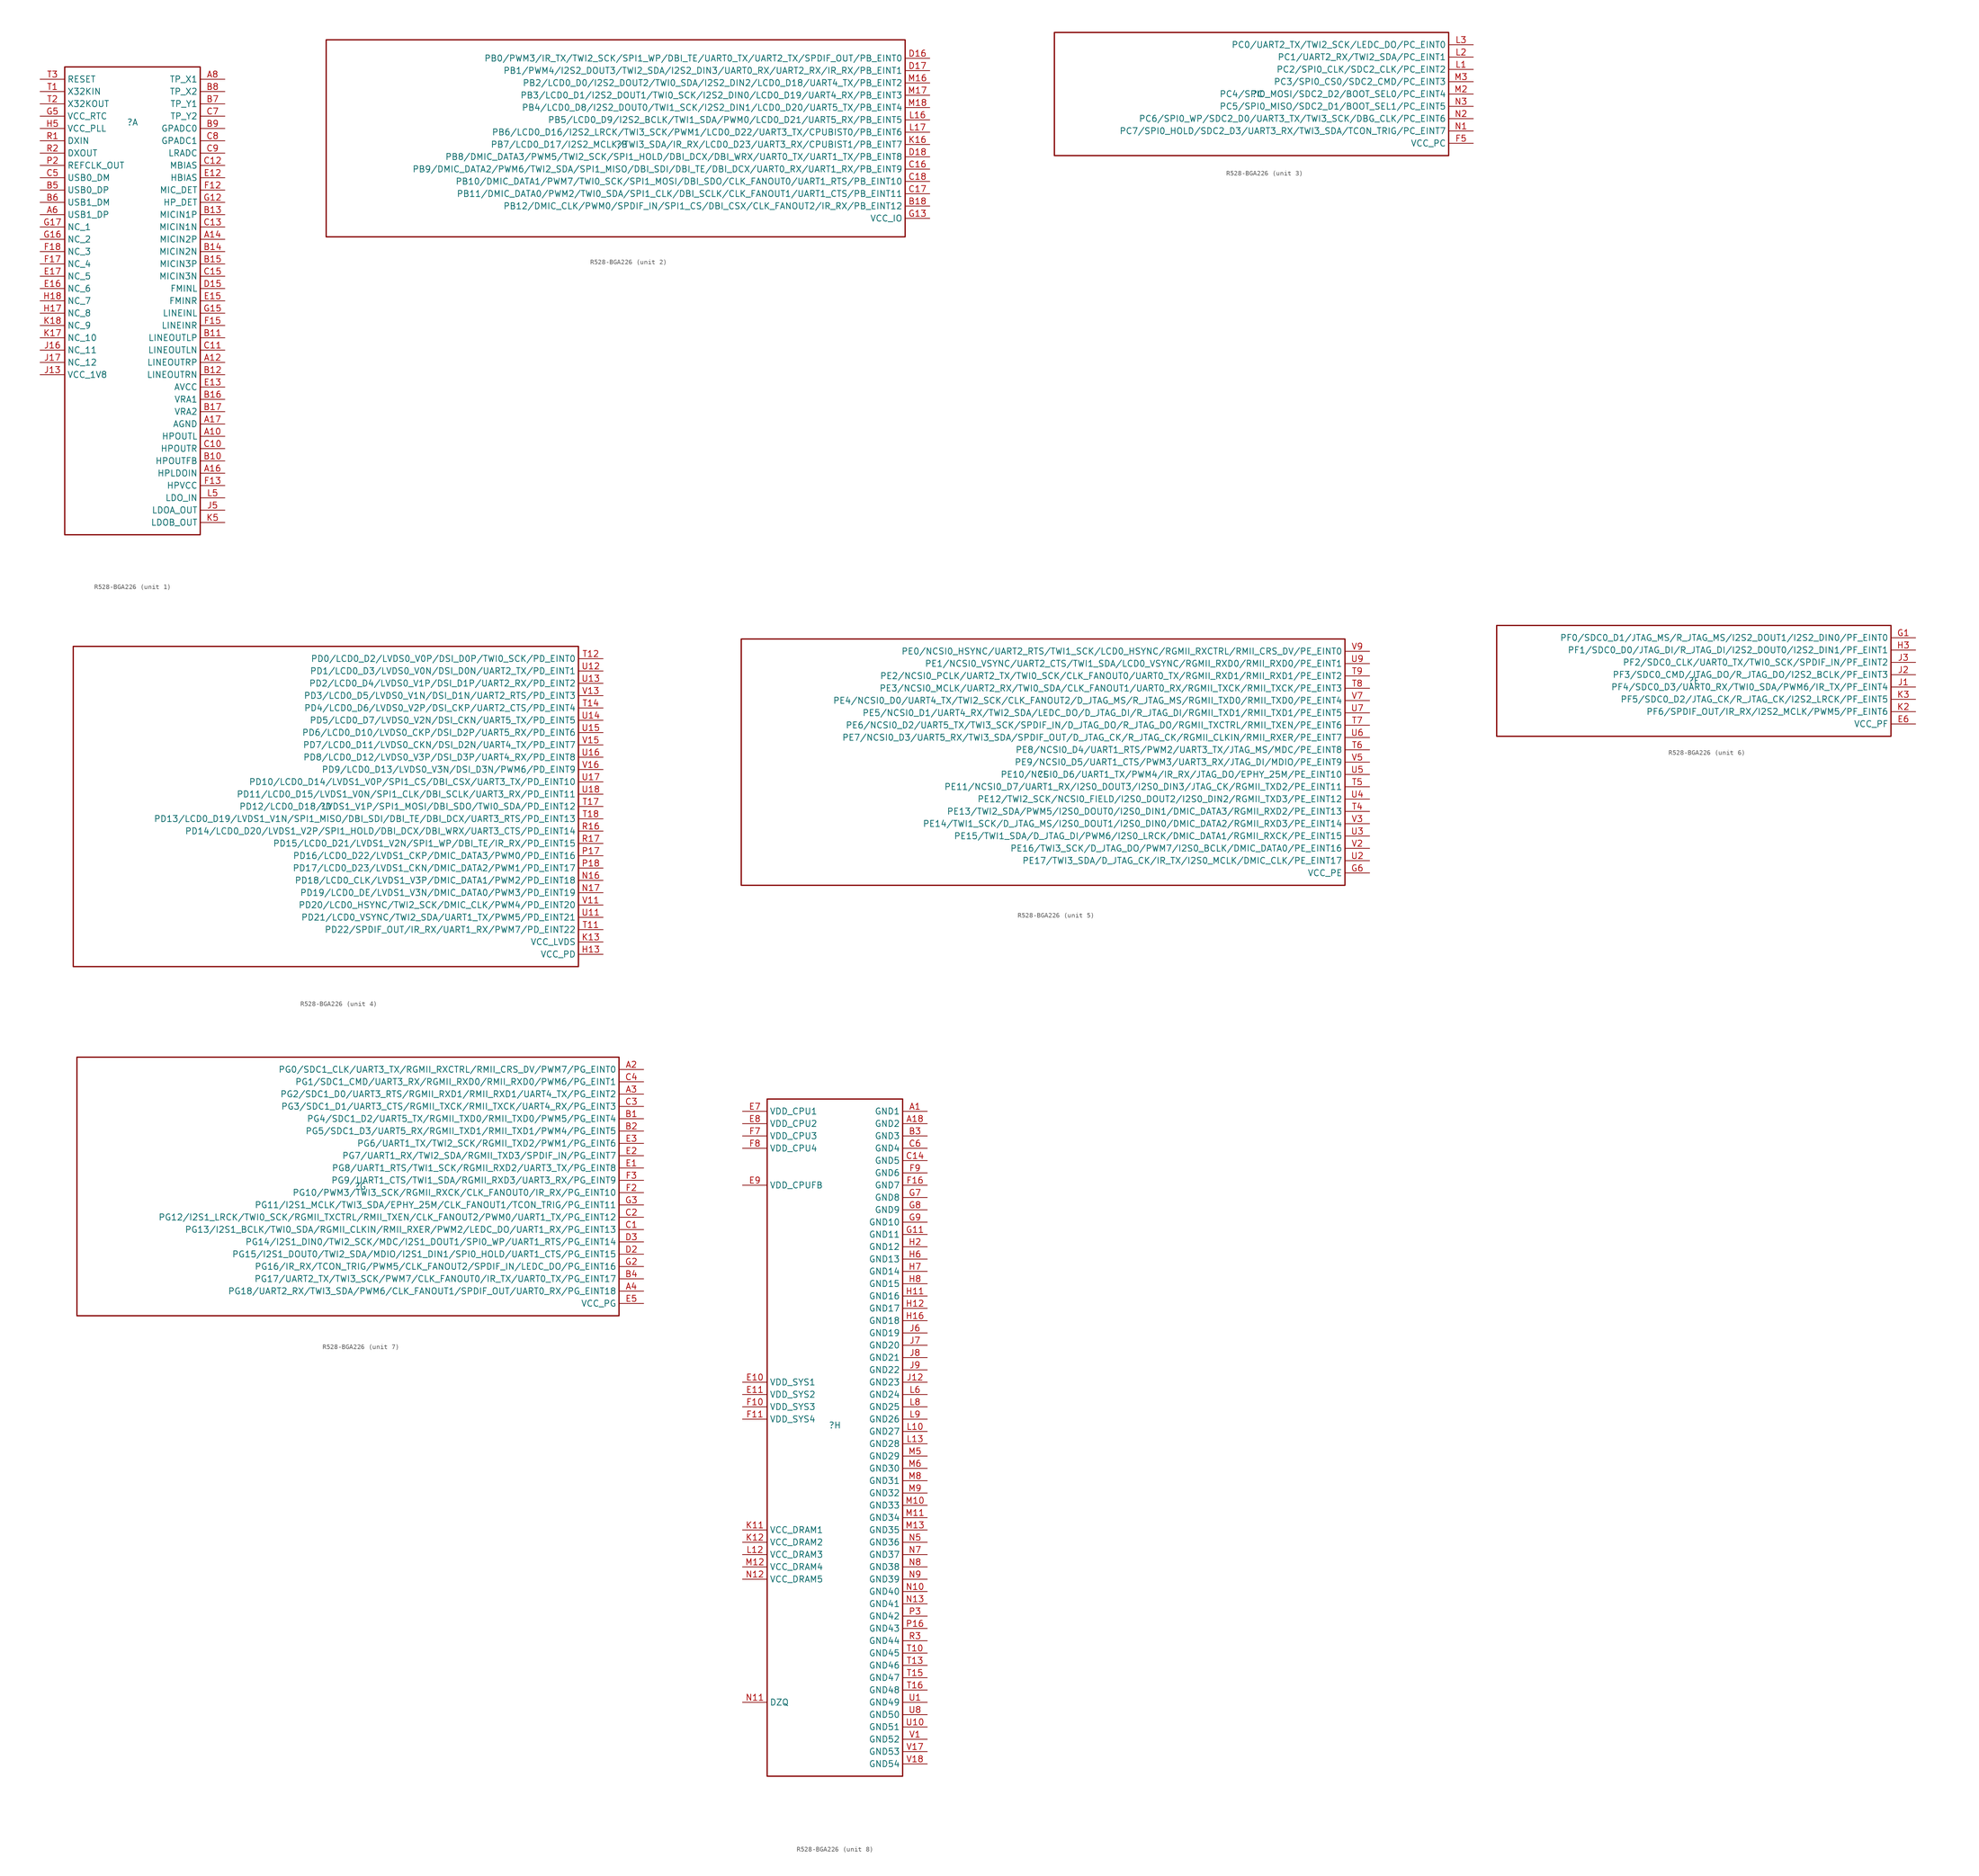
<source format=kicad_sym>
(kicad_symbol_lib
  (version 20231120)
  (generator "kicad_symbol_editor")
  (generator_version "8.0")
  (symbol "R528-BGA226"
    (property "Reference" ""
      (at 0 0 0)
      (effects (font (size 1.27 1.27))))
    (property "Value" ""
      (at 0 0 0)
      (effects (font (size 1.27 1.27))))
    (symbol "R528-BGA226_1_0"
      (rectangle (start -13.97 11.43) (end 13.97 -85.09) (stroke (width 0.254) (type solid)) (fill (type none)))
      (pin input line (at 19.05 -64.77 180) (length 5.08) (name "HPOUTL" (effects (font (size 1.27 1.27)))) (number "A10" (effects (font (size 1.27 1.27)))))
      (pin input line (at 19.05 -49.53 180) (length 5.08) (name "LINEOUTRP" (effects (font (size 1.27 1.27)))) (number "A12" (effects (font (size 1.27 1.27)))))
      (pin input line (at 19.05 -24.13 180) (length 5.08) (name "MICIN2P" (effects (font (size 1.27 1.27)))) (number "A14" (effects (font (size 1.27 1.27)))))
      (pin input line (at 19.05 -72.39 180) (length 5.08) (name "HPLDOIN" (effects (font (size 1.27 1.27)))) (number "A16" (effects (font (size 1.27 1.27)))))
      (pin input line (at 19.05 -62.23 180) (length 5.08) (name "AGND" (effects (font (size 1.27 1.27)))) (number "A17" (effects (font (size 1.27 1.27)))))
      (pin input line (at -19.05 -19.05 0) (length 5.08) (name "USB1_DP" (effects (font (size 1.27 1.27)))) (number "A6" (effects (font (size 1.27 1.27)))))
      (pin input line (at 19.05 8.89 180) (length 5.08) (name "TP_X1" (effects (font (size 1.27 1.27)))) (number "A8" (effects (font (size 1.27 1.27)))))
      (pin input line (at 19.05 -69.85 180) (length 5.08) (name "HPOUTFB" (effects (font (size 1.27 1.27)))) (number "B10" (effects (font (size 1.27 1.27)))))
      (pin input line (at 19.05 -44.45 180) (length 5.08) (name "LINEOUTLP" (effects (font (size 1.27 1.27)))) (number "B11" (effects (font (size 1.27 1.27)))))
      (pin input line (at 19.05 -52.07 180) (length 5.08) (name "LINEOUTRN" (effects (font (size 1.27 1.27)))) (number "B12" (effects (font (size 1.27 1.27)))))
      (pin input line (at 19.05 -19.05 180) (length 5.08) (name "MICIN1P" (effects (font (size 1.27 1.27)))) (number "B13" (effects (font (size 1.27 1.27)))))
      (pin input line (at 19.05 -26.67 180) (length 5.08) (name "MICIN2N" (effects (font (size 1.27 1.27)))) (number "B14" (effects (font (size 1.27 1.27)))))
      (pin input line (at 19.05 -29.21 180) (length 5.08) (name "MICIN3P" (effects (font (size 1.27 1.27)))) (number "B15" (effects (font (size 1.27 1.27)))))
      (pin input line (at 19.05 -57.15 180) (length 5.08) (name "VRA1" (effects (font (size 1.27 1.27)))) (number "B16" (effects (font (size 1.27 1.27)))))
      (pin input line (at 19.05 -59.69 180) (length 5.08) (name "VRA2" (effects (font (size 1.27 1.27)))) (number "B17" (effects (font (size 1.27 1.27)))))
      (pin input line (at -19.05 -13.97 0) (length 5.08) (name "USB0_DP" (effects (font (size 1.27 1.27)))) (number "B5" (effects (font (size 1.27 1.27)))))
      (pin input line (at -19.05 -16.51 0) (length 5.08) (name "USB1_DM" (effects (font (size 1.27 1.27)))) (number "B6" (effects (font (size 1.27 1.27)))))
      (pin input line (at 19.05 3.81 180) (length 5.08) (name "TP_Y1" (effects (font (size 1.27 1.27)))) (number "B7" (effects (font (size 1.27 1.27)))))
      (pin input line (at 19.05 6.35 180) (length 5.08) (name "TP_X2" (effects (font (size 1.27 1.27)))) (number "B8" (effects (font (size 1.27 1.27)))))
      (pin input line (at 19.05 -1.27 180) (length 5.08) (name "GPADC0" (effects (font (size 1.27 1.27)))) (number "B9" (effects (font (size 1.27 1.27)))))
      (pin input line (at 19.05 -67.31 180) (length 5.08) (name "HPOUTR" (effects (font (size 1.27 1.27)))) (number "C10" (effects (font (size 1.27 1.27)))))
      (pin input line (at 19.05 -46.99 180) (length 5.08) (name "LINEOUTLN" (effects (font (size 1.27 1.27)))) (number "C11" (effects (font (size 1.27 1.27)))))
      (pin input line (at 19.05 -8.89 180) (length 5.08) (name "MBIAS" (effects (font (size 1.27 1.27)))) (number "C12" (effects (font (size 1.27 1.27)))))
      (pin input line (at 19.05 -21.59 180) (length 5.08) (name "MICIN1N" (effects (font (size 1.27 1.27)))) (number "C13" (effects (font (size 1.27 1.27)))))
      (pin input line (at 19.05 -31.75 180) (length 5.08) (name "MICIN3N" (effects (font (size 1.27 1.27)))) (number "C15" (effects (font (size 1.27 1.27)))))
      (pin input line (at -19.05 -11.43 0) (length 5.08) (name "USB0_DM" (effects (font (size 1.27 1.27)))) (number "C5" (effects (font (size 1.27 1.27)))))
      (pin input line (at 19.05 1.27 180) (length 5.08) (name "TP_Y2" (effects (font (size 1.27 1.27)))) (number "C7" (effects (font (size 1.27 1.27)))))
      (pin input line (at 19.05 -3.81 180) (length 5.08) (name "GPADC1" (effects (font (size 1.27 1.27)))) (number "C8" (effects (font (size 1.27 1.27)))))
      (pin input line (at 19.05 -6.35 180) (length 5.08) (name "LRADC" (effects (font (size 1.27 1.27)))) (number "C9" (effects (font (size 1.27 1.27)))))
      (pin input line (at 19.05 -34.29 180) (length 5.08) (name "FMINL" (effects (font (size 1.27 1.27)))) (number "D15" (effects (font (size 1.27 1.27)))))
      (pin input line (at 19.05 -11.43 180) (length 5.08) (name "HBIAS" (effects (font (size 1.27 1.27)))) (number "E12" (effects (font (size 1.27 1.27)))))
      (pin input line (at 19.05 -54.61 180) (length 5.08) (name "AVCC" (effects (font (size 1.27 1.27)))) (number "E13" (effects (font (size 1.27 1.27)))))
      (pin input line (at 19.05 -36.83 180) (length 5.08) (name "FMINR" (effects (font (size 1.27 1.27)))) (number "E15" (effects (font (size 1.27 1.27)))))
      (pin input line (at -19.05 -34.29 0) (length 5.08) (name "NC_6" (effects (font (size 1.27 1.27)))) (number "E16" (effects (font (size 1.27 1.27)))))
      (pin input line (at -19.05 -31.75 0) (length 5.08) (name "NC_5" (effects (font (size 1.27 1.27)))) (number "E17" (effects (font (size 1.27 1.27)))))
      (pin input line (at 19.05 -13.97 180) (length 5.08) (name "MIC_DET" (effects (font (size 1.27 1.27)))) (number "F12" (effects (font (size 1.27 1.27)))))
      (pin input line (at 19.05 -74.93 180) (length 5.08) (name "HPVCC" (effects (font (size 1.27 1.27)))) (number "F13" (effects (font (size 1.27 1.27)))))
      (pin input line (at 19.05 -41.91 180) (length 5.08) (name "LINEINR" (effects (font (size 1.27 1.27)))) (number "F15" (effects (font (size 1.27 1.27)))))
      (pin input line (at -19.05 -29.21 0) (length 5.08) (name "NC_4" (effects (font (size 1.27 1.27)))) (number "F17" (effects (font (size 1.27 1.27)))))
      (pin input line (at -19.05 -26.67 0) (length 5.08) (name "NC_3" (effects (font (size 1.27 1.27)))) (number "F18" (effects (font (size 1.27 1.27)))))
      (pin input line (at 19.05 -16.51 180) (length 5.08) (name "HP_DET" (effects (font (size 1.27 1.27)))) (number "G12" (effects (font (size 1.27 1.27)))))
      (pin input line (at 19.05 -39.37 180) (length 5.08) (name "LINEINL" (effects (font (size 1.27 1.27)))) (number "G15" (effects (font (size 1.27 1.27)))))
      (pin input line (at -19.05 -24.13 0) (length 5.08) (name "NC_2" (effects (font (size 1.27 1.27)))) (number "G16" (effects (font (size 1.27 1.27)))))
      (pin input line (at -19.05 -21.59 0) (length 5.08) (name "NC_1" (effects (font (size 1.27 1.27)))) (number "G17" (effects (font (size 1.27 1.27)))))
      (pin input line (at -19.05 1.27 0) (length 5.08) (name "VCC_RTC" (effects (font (size 1.27 1.27)))) (number "G5" (effects (font (size 1.27 1.27)))))
      (pin input line (at -19.05 -39.37 0) (length 5.08) (name "NC_8" (effects (font (size 1.27 1.27)))) (number "H17" (effects (font (size 1.27 1.27)))))
      (pin input line (at -19.05 -36.83 0) (length 5.08) (name "NC_7" (effects (font (size 1.27 1.27)))) (number "H18" (effects (font (size 1.27 1.27)))))
      (pin input line (at -19.05 -1.27 0) (length 5.08) (name "VCC_PLL" (effects (font (size 1.27 1.27)))) (number "H5" (effects (font (size 1.27 1.27)))))
      (pin input line (at -19.05 -52.07 0) (length 5.08) (name "VCC_1V8" (effects (font (size 1.27 1.27)))) (number "J13" (effects (font (size 1.27 1.27)))))
      (pin input line (at -19.05 -46.99 0) (length 5.08) (name "NC_11" (effects (font (size 1.27 1.27)))) (number "J16" (effects (font (size 1.27 1.27)))))
      (pin input line (at -19.05 -49.53 0) (length 5.08) (name "NC_12" (effects (font (size 1.27 1.27)))) (number "J17" (effects (font (size 1.27 1.27)))))
      (pin input line (at 19.05 -80.01 180) (length 5.08) (name "LDOA_OUT" (effects (font (size 1.27 1.27)))) (number "J5" (effects (font (size 1.27 1.27)))))
      (pin input line (at -19.05 -44.45 0) (length 5.08) (name "NC_10" (effects (font (size 1.27 1.27)))) (number "K17" (effects (font (size 1.27 1.27)))))
      (pin input line (at -19.05 -41.91 0) (length 5.08) (name "NC_9" (effects (font (size 1.27 1.27)))) (number "K18" (effects (font (size 1.27 1.27)))))
      (pin input line (at 19.05 -82.55 180) (length 5.08) (name "LDOB_OUT" (effects (font (size 1.27 1.27)))) (number "K5" (effects (font (size 1.27 1.27)))))
      (pin input line (at 19.05 -77.47 180) (length 5.08) (name "LDO_IN" (effects (font (size 1.27 1.27)))) (number "L5" (effects (font (size 1.27 1.27)))))
      (pin input line (at -19.05 -8.89 0) (length 5.08) (name "REFCLK_OUT" (effects (font (size 1.27 1.27)))) (number "P2" (effects (font (size 1.27 1.27)))))
      (pin input line (at -19.05 -3.81 0) (length 5.08) (name "DXIN" (effects (font (size 1.27 1.27)))) (number "R1" (effects (font (size 1.27 1.27)))))
      (pin input line (at -19.05 -6.35 0) (length 5.08) (name "DXOUT" (effects (font (size 1.27 1.27)))) (number "R2" (effects (font (size 1.27 1.27)))))
      (pin input line (at -19.05 6.35 0) (length 5.08) (name "X32KIN" (effects (font (size 1.27 1.27)))) (number "T1" (effects (font (size 1.27 1.27)))))
      (pin input line (at -19.05 3.81 0) (length 5.08) (name "X32KOUT" (effects (font (size 1.27 1.27)))) (number "T2" (effects (font (size 1.27 1.27)))))
      (pin input line (at -19.05 8.89 0) (length 5.08) (name "RESET" (effects (font (size 1.27 1.27)))) (number "T3" (effects (font (size 1.27 1.27))))))
    (symbol "R528-BGA226_2_0"
      (rectangle (start -60.96 21.59) (end 58.42 -19.05) (stroke (width 0.254) (type solid)) (fill (type none)))
      (pin input line (at 63.5 -12.7 180) (length 5.08) (name "PB12/DMIC_CLK/PWM0/SPDIF_IN/SPI1_CS/DBI_CSX/CLK_FANOUT2/IR_RX/PB_EINT12" (effects (font (size 1.27 1.27)))) (number "B18" (effects (font (size 1.27 1.27)))))
      (pin input line (at 63.5 -5.08 180) (length 5.08) (name "PB9/DMIC_DATA2/PWM6/TWI2_SDA/SPI1_MISO/DBI_SDI/DBI_TE/DBI_DCX/UART0_RX/UART1_RX/PB_EINT9" (effects (font (size 1.27 1.27)))) (number "C16" (effects (font (size 1.27 1.27)))))
      (pin input line (at 63.5 -10.16 180) (length 5.08) (name "PB11/DMIC_DATA0/PWM2/TWI0_SDA/SPI1_CLK/DBI_SCLK/CLK_FANOUT1/UART1_CTS/PB_EINT11" (effects (font (size 1.27 1.27)))) (number "C17" (effects (font (size 1.27 1.27)))))
      (pin input line (at 63.5 -7.62 180) (length 5.08) (name "PB10/DMIC_DATA1/PWM7/TWI0_SCK/SPI1_MOSI/DBI_SDO/CLK_FANOUT0/UART1_RTS/PB_EINT10" (effects (font (size 1.27 1.27)))) (number "C18" (effects (font (size 1.27 1.27)))))
      (pin input line (at 63.5 17.78 180) (length 5.08) (name "PB0/PWM3/IR_TX/TWI2_SCK/SPI1_WP/DBI_TE/UART0_TX/UART2_TX/SPDIF_OUT/PB_EINT0" (effects (font (size 1.27 1.27)))) (number "D16" (effects (font (size 1.27 1.27)))))
      (pin input line (at 63.5 15.24 180) (length 5.08) (name "PB1/PWM4/I2S2_DOUT3/TWI2_SDA/I2S2_DIN3/UART0_RX/UART2_RX/IR_RX/PB_EINT1" (effects (font (size 1.27 1.27)))) (number "D17" (effects (font (size 1.27 1.27)))))
      (pin input line (at 63.5 -2.54 180) (length 5.08) (name "PB8/DMIC_DATA3/PWM5/TWI2_SCK/SPI1_HOLD/DBI_DCX/DBI_WRX/UART0_TX/UART1_TX/PB_EINT8" (effects (font (size 1.27 1.27)))) (number "D18" (effects (font (size 1.27 1.27)))))
      (pin input line (at 63.5 -15.24 180) (length 5.08) (name "VCC_IO" (effects (font (size 1.27 1.27)))) (number "G13" (effects (font (size 1.27 1.27)))))
      (pin input line (at 63.5 0 180) (length 5.08) (name "PB7/LCD0_D17/I2S2_MCLK/TWI3_SDA/IR_RX/LCD0_D23/UART3_RX/CPUBIST1/PB_EINT7" (effects (font (size 1.27 1.27)))) (number "K16" (effects (font (size 1.27 1.27)))))
      (pin input line (at 63.5 5.08 180) (length 5.08) (name "PB5/LCD0_D9/I2S2_BCLK/TWI1_SDA/PWM0/LCD0_D21/UART5_RX/PB_EINT5" (effects (font (size 1.27 1.27)))) (number "L16" (effects (font (size 1.27 1.27)))))
      (pin input line (at 63.5 2.54 180) (length 5.08) (name "PB6/LCD0_D16/I2S2_LRCK/TWI3_SCK/PWM1/LCD0_D22/UART3_TX/CPUBIST0/PB_EINT6" (effects (font (size 1.27 1.27)))) (number "L17" (effects (font (size 1.27 1.27)))))
      (pin input line (at 63.5 12.7 180) (length 5.08) (name "PB2/LCD0_D0/I2S2_DOUT2/TWI0_SDA/I2S2_DIN2/LCD0_D18/UART4_TX/PB_EINT2" (effects (font (size 1.27 1.27)))) (number "M16" (effects (font (size 1.27 1.27)))))
      (pin input line (at 63.5 10.16 180) (length 5.08) (name "PB3/LCD0_D1/I2S2_DOUT1/TWI0_SCK/I2S2_DIN0/LCD0_D19/UART4_RX/PB_EINT3" (effects (font (size 1.27 1.27)))) (number "M17" (effects (font (size 1.27 1.27)))))
      (pin input line (at 63.5 7.62 180) (length 5.08) (name "PB4/LCD0_D8/I2S2_DOUT0/TWI1_SCK/I2S2_DIN1/LCD0_D20/UART5_TX/PB_EINT4" (effects (font (size 1.27 1.27)))) (number "M18" (effects (font (size 1.27 1.27))))))
    (symbol "R528-BGA226_3_0"
      (rectangle (start -41.91 12.7) (end 39.37 -12.7) (stroke (width 0.254) (type solid)) (fill (type none)))
      (pin input line (at 44.45 -10.16 180) (length 5.08) (name "VCC_PC" (effects (font (size 1.27 1.27)))) (number "F5" (effects (font (size 1.27 1.27)))))
      (pin input line (at 44.45 5.08 180) (length 5.08) (name "PC2/SPI0_CLK/SDC2_CLK/PC_EINT2" (effects (font (size 1.27 1.27)))) (number "L1" (effects (font (size 1.27 1.27)))))
      (pin input line (at 44.45 7.62 180) (length 5.08) (name "PC1/UART2_RX/TWI2_SDA/PC_EINT1" (effects (font (size 1.27 1.27)))) (number "L2" (effects (font (size 1.27 1.27)))))
      (pin input line (at 44.45 10.16 180) (length 5.08) (name "PC0/UART2_TX/TWI2_SCK/LEDC_DO/PC_EINT0" (effects (font (size 1.27 1.27)))) (number "L3" (effects (font (size 1.27 1.27)))))
      (pin input line (at 44.45 0 180) (length 5.08) (name "PC4/SPI0_MOSI/SDC2_D2/BOOT_SEL0/PC_EINT4" (effects (font (size 1.27 1.27)))) (number "M2" (effects (font (size 1.27 1.27)))))
      (pin input line (at 44.45 2.54 180) (length 5.08) (name "PC3/SPI0_CS0/SDC2_CMD/PC_EINT3" (effects (font (size 1.27 1.27)))) (number "M3" (effects (font (size 1.27 1.27)))))
      (pin input line (at 44.45 -7.62 180) (length 5.08) (name "PC7/SPI0_HOLD/SDC2_D3/UART3_RX/TWI3_SDA/TCON_TRIG/PC_EINT7" (effects (font (size 1.27 1.27)))) (number "N1" (effects (font (size 1.27 1.27)))))
      (pin input line (at 44.45 -5.08 180) (length 5.08) (name "PC6/SPI0_WP/SDC2_D0/UART3_TX/TWI3_SCK/DBG_CLK/PC_EINT6" (effects (font (size 1.27 1.27)))) (number "N2" (effects (font (size 1.27 1.27)))))
      (pin input line (at 44.45 -2.54 180) (length 5.08) (name "PC5/SPI0_MISO/SDC2_D1/BOOT_SEL1/PC_EINT5" (effects (font (size 1.27 1.27)))) (number "N3" (effects (font (size 1.27 1.27))))))
    (symbol "R528-BGA226_4_0"
      (rectangle (start -52.07 33.02) (end 52.07 -33.02) (stroke (width 0.254) (type solid)) (fill (type none)))
      (pin input line (at 57.15 -30.48 180) (length 5.08) (name "VCC_PD" (effects (font (size 1.27 1.27)))) (number "H13" (effects (font (size 1.27 1.27)))))
      (pin input line (at 57.15 -27.94 180) (length 5.08) (name "VCC_LVDS" (effects (font (size 1.27 1.27)))) (number "K13" (effects (font (size 1.27 1.27)))))
      (pin input line (at 57.15 -15.24 180) (length 5.08) (name "PD18/LCD0_CLK/LVDS1_V3P/DMIC_DATA1/PWM2/PD_EINT18" (effects (font (size 1.27 1.27)))) (number "N16" (effects (font (size 1.27 1.27)))))
      (pin input line (at 57.15 -17.78 180) (length 5.08) (name "PD19/LCD0_DE/LVDS1_V3N/DMIC_DATA0/PWM3/PD_EINT19" (effects (font (size 1.27 1.27)))) (number "N17" (effects (font (size 1.27 1.27)))))
      (pin input line (at 57.15 -10.16 180) (length 5.08) (name "PD16/LCD0_D22/LVDS1_CKP/DMIC_DATA3/PWM0/PD_EINT16" (effects (font (size 1.27 1.27)))) (number "P17" (effects (font (size 1.27 1.27)))))
      (pin input line (at 57.15 -12.7 180) (length 5.08) (name "PD17/LCD0_D23/LVDS1_CKN/DMIC_DATA2/PWM1/PD_EINT17" (effects (font (size 1.27 1.27)))) (number "P18" (effects (font (size 1.27 1.27)))))
      (pin input line (at 57.15 -5.08 180) (length 5.08) (name "PD14/LCD0_D20/LVDS1_V2P/SPI1_HOLD/DBI_DCX/DBI_WRX/UART3_CTS/PD_EINT14" (effects (font (size 1.27 1.27)))) (number "R16" (effects (font (size 1.27 1.27)))))
      (pin input line (at 57.15 -7.62 180) (length 5.08) (name "PD15/LCD0_D21/LVDS1_V2N/SPI1_WP/DBI_TE/IR_RX/PD_EINT15" (effects (font (size 1.27 1.27)))) (number "R17" (effects (font (size 1.27 1.27)))))
      (pin input line (at 57.15 -25.4 180) (length 5.08) (name "PD22/SPDIF_OUT/IR_RX/UART1_RX/PWM7/PD_EINT22" (effects (font (size 1.27 1.27)))) (number "T11" (effects (font (size 1.27 1.27)))))
      (pin input line (at 57.15 30.48 180) (length 5.08) (name "PD0/LCD0_D2/LVDS0_V0P/DSI_D0P/TWI0_SCK/PD_EINT0" (effects (font (size 1.27 1.27)))) (number "T12" (effects (font (size 1.27 1.27)))))
      (pin input line (at 57.15 20.32 180) (length 5.08) (name "PD4/LCD0_D6/LVDS0_V2P/DSI_CKP/UART2_CTS/PD_EINT4" (effects (font (size 1.27 1.27)))) (number "T14" (effects (font (size 1.27 1.27)))))
      (pin input line (at 57.15 0 180) (length 5.08) (name "PD12/LCD0_D18/LVDS1_V1P/SPI1_MOSI/DBI_SDO/TWI0_SDA/PD_EINT12" (effects (font (size 1.27 1.27)))) (number "T17" (effects (font (size 1.27 1.27)))))
      (pin input line (at 57.15 -2.54 180) (length 5.08) (name "PD13/LCD0_D19/LVDS1_V1N/SPI1_MISO/DBI_SDI/DBI_TE/DBI_DCX/UART3_RTS/PD_EINT13" (effects (font (size 1.27 1.27)))) (number "T18" (effects (font (size 1.27 1.27)))))
      (pin input line (at 57.15 -22.86 180) (length 5.08) (name "PD21/LCD0_VSYNC/TWI2_SDA/UART1_TX/PWM5/PD_EINT21" (effects (font (size 1.27 1.27)))) (number "U11" (effects (font (size 1.27 1.27)))))
      (pin input line (at 57.15 27.94 180) (length 5.08) (name "PD1/LCD0_D3/LVDS0_V0N/DSI_D0N/UART2_TX/PD_EINT1" (effects (font (size 1.27 1.27)))) (number "U12" (effects (font (size 1.27 1.27)))))
      (pin input line (at 57.15 25.4 180) (length 5.08) (name "PD2/LCD0_D4/LVDS0_V1P/DSI_D1P/UART2_RX/PD_EINT2" (effects (font (size 1.27 1.27)))) (number "U13" (effects (font (size 1.27 1.27)))))
      (pin input line (at 57.15 17.78 180) (length 5.08) (name "PD5/LCD0_D7/LVDS0_V2N/DSI_CKN/UART5_TX/PD_EINT5" (effects (font (size 1.27 1.27)))) (number "U14" (effects (font (size 1.27 1.27)))))
      (pin input line (at 57.15 15.24 180) (length 5.08) (name "PD6/LCD0_D10/LVDS0_CKP/DSI_D2P/UART5_RX/PD_EINT6" (effects (font (size 1.27 1.27)))) (number "U15" (effects (font (size 1.27 1.27)))))
      (pin input line (at 57.15 10.16 180) (length 5.08) (name "PD8/LCD0_D12/LVDS0_V3P/DSI_D3P/UART4_RX/PD_EINT8" (effects (font (size 1.27 1.27)))) (number "U16" (effects (font (size 1.27 1.27)))))
      (pin input line (at 57.15 5.08 180) (length 5.08) (name "PD10/LCD0_D14/LVDS1_V0P/SPI1_CS/DBI_CSX/UART3_TX/PD_EINT10" (effects (font (size 1.27 1.27)))) (number "U17" (effects (font (size 1.27 1.27)))))
      (pin input line (at 57.15 2.54 180) (length 5.08) (name "PD11/LCD0_D15/LVDS1_V0N/SPI1_CLK/DBI_SCLK/UART3_RX/PD_EINT11" (effects (font (size 1.27 1.27)))) (number "U18" (effects (font (size 1.27 1.27)))))
      (pin input line (at 57.15 -20.32 180) (length 5.08) (name "PD20/LCD0_HSYNC/TWI2_SCK/DMIC_CLK/PWM4/PD_EINT20" (effects (font (size 1.27 1.27)))) (number "V11" (effects (font (size 1.27 1.27)))))
      (pin input line (at 57.15 22.86 180) (length 5.08) (name "PD3/LCD0_D5/LVDS0_V1N/DSI_D1N/UART2_RTS/PD_EINT3" (effects (font (size 1.27 1.27)))) (number "V13" (effects (font (size 1.27 1.27)))))
      (pin input line (at 57.15 12.7 180) (length 5.08) (name "PD7/LCD0_D11/LVDS0_CKN/DSI_D2N/UART4_TX/PD_EINT7" (effects (font (size 1.27 1.27)))) (number "V15" (effects (font (size 1.27 1.27)))))
      (pin input line (at 57.15 7.62 180) (length 5.08) (name "PD9/LCD0_D13/LVDS0_V3N/DSI_D3N/PWM6/PD_EINT9" (effects (font (size 1.27 1.27)))) (number "V16" (effects (font (size 1.27 1.27))))))
    (symbol "R528-BGA226_5_0"
      (rectangle (start -62.23 27.94) (end 62.23 -22.86) (stroke (width 0.254) (type solid)) (fill (type none)))
      (pin input line (at 67.31 -20.32 180) (length 5.08) (name "VCC_PE" (effects (font (size 1.27 1.27)))) (number "G6" (effects (font (size 1.27 1.27)))))
      (pin input line (at 67.31 -7.62 180) (length 5.08) (name "PE13/TWI2_SDA/PWM5/I2S0_DOUT0/I2S0_DIN1/DMIC_DATA3/RGMII_RXD2/PE_EINT13" (effects (font (size 1.27 1.27)))) (number "T4" (effects (font (size 1.27 1.27)))))
      (pin input line (at 67.31 -2.54 180) (length 5.08) (name "PE11/NCSI0_D7/UART1_RX/I2S0_DOUT3/I2S0_DIN3/JTAG_CK/RGMII_TXD2/PE_EINT11" (effects (font (size 1.27 1.27)))) (number "T5" (effects (font (size 1.27 1.27)))))
      (pin input line (at 67.31 5.08 180) (length 5.08) (name "PE8/NCSI0_D4/UART1_RTS/PWM2/UART3_TX/JTAG_MS/MDC/PE_EINT8" (effects (font (size 1.27 1.27)))) (number "T6" (effects (font (size 1.27 1.27)))))
      (pin input line (at 67.31 10.16 180) (length 5.08) (name "PE6/NCSI0_D2/UART5_TX/TWI3_SCK/SPDIF_IN/D_JTAG_DO/R_JTAG_DO/RGMII_TXCTRL/RMII_TXEN/PE_EINT6" (effects (font (size 1.27 1.27)))) (number "T7" (effects (font (size 1.27 1.27)))))
      (pin input line (at 67.31 17.78 180) (length 5.08) (name "PE3/NCSI0_MCLK/UART2_RX/TWI0_SDA/CLK_FANOUT1/UART0_RX/RGMII_TXCK/RMII_TXCK/PE_EINT3" (effects (font (size 1.27 1.27)))) (number "T8" (effects (font (size 1.27 1.27)))))
      (pin input line (at 67.31 20.32 180) (length 5.08) (name "PE2/NCSI0_PCLK/UART2_TX/TWI0_SCK/CLK_FANOUT0/UART0_TX/RGMII_RXD1/RMII_RXD1/PE_EINT2" (effects (font (size 1.27 1.27)))) (number "T9" (effects (font (size 1.27 1.27)))))
      (pin input line (at 67.31 -17.78 180) (length 5.08) (name "PE17/TWI3_SDA/D_JTAG_CK/IR_TX/I2S0_MCLK/DMIC_CLK/PE_EINT17" (effects (font (size 1.27 1.27)))) (number "U2" (effects (font (size 1.27 1.27)))))
      (pin input line (at 67.31 -12.7 180) (length 5.08) (name "PE15/TWI1_SDA/D_JTAG_DI/PWM6/I2S0_LRCK/DMIC_DATA1/RGMII_RXCK/PE_EINT15" (effects (font (size 1.27 1.27)))) (number "U3" (effects (font (size 1.27 1.27)))))
      (pin input line (at 67.31 -5.08 180) (length 5.08) (name "PE12/TWI2_SCK/NCSI0_FIELD/I2S0_DOUT2/I2S0_DIN2/RGMII_TXD3/PE_EINT12" (effects (font (size 1.27 1.27)))) (number "U4" (effects (font (size 1.27 1.27)))))
      (pin input line (at 67.31 0 180) (length 5.08) (name "PE10/NCSI0_D6/UART1_TX/PWM4/IR_RX/JTAG_DO/EPHY_25M/PE_EINT10" (effects (font (size 1.27 1.27)))) (number "U5" (effects (font (size 1.27 1.27)))))
      (pin input line (at 67.31 7.62 180) (length 5.08) (name "PE7/NCSI0_D3/UART5_RX/TWI3_SDA/SPDIF_OUT/D_JTAG_CK/R_JTAG_CK/RGMII_CLKIN/RMII_RXER/PE_EINT7" (effects (font (size 1.27 1.27)))) (number "U6" (effects (font (size 1.27 1.27)))))
      (pin input line (at 67.31 12.7 180) (length 5.08) (name "PE5/NCSI0_D1/UART4_RX/TWI2_SDA/LEDC_DO/D_JTAG_DI/R_JTAG_DI/RGMII_TXD1/RMII_TXD1/PE_EINT5" (effects (font (size 1.27 1.27)))) (number "U7" (effects (font (size 1.27 1.27)))))
      (pin input line (at 67.31 22.86 180) (length 5.08) (name "PE1/NCSI0_VSYNC/UART2_CTS/TWI1_SDA/LCD0_VSYNC/RGMII_RXD0/RMII_RXD0/PE_EINT1" (effects (font (size 1.27 1.27)))) (number "U9" (effects (font (size 1.27 1.27)))))
      (pin input line (at 67.31 -15.24 180) (length 5.08) (name "PE16/TWI3_SCK/D_JTAG_DO/PWM7/I2S0_BCLK/DMIC_DATA0/PE_EINT16" (effects (font (size 1.27 1.27)))) (number "V2" (effects (font (size 1.27 1.27)))))
      (pin input line (at 67.31 -10.16 180) (length 5.08) (name "PE14/TWI1_SCK/D_JTAG_MS/I2S0_DOUT1/I2S0_DIN0/DMIC_DATA2/RGMII_RXD3/PE_EINT14" (effects (font (size 1.27 1.27)))) (number "V3" (effects (font (size 1.27 1.27)))))
      (pin input line (at 67.31 2.54 180) (length 5.08) (name "PE9/NCSI0_D5/UART1_CTS/PWM3/UART3_RX/JTAG_DI/MDIO/PE_EINT9" (effects (font (size 1.27 1.27)))) (number "V5" (effects (font (size 1.27 1.27)))))
      (pin input line (at 67.31 15.24 180) (length 5.08) (name "PE4/NCSI0_D0/UART4_TX/TWI2_SCK/CLK_FANOUT2/D_JTAG_MS/R_JTAG_MS/RGMII_TXD0/RMII_TXD0/PE_EINT4" (effects (font (size 1.27 1.27)))) (number "V7" (effects (font (size 1.27 1.27)))))
      (pin input line (at 67.31 25.4 180) (length 5.08) (name "PE0/NCSI0_HSYNC/UART2_RTS/TWI1_SCK/LCD0_HSYNC/RGMII_RXCTRL/RMII_CRS_DV/PE_EINT0" (effects (font (size 1.27 1.27)))) (number "V9" (effects (font (size 1.27 1.27))))))
    (symbol "R528-BGA226_6_0"
      (rectangle (start -40.64 11.43) (end 40.64 -11.43) (stroke (width 0.254) (type solid)) (fill (type none)))
      (pin input line (at 45.72 -8.89 180) (length 5.08) (name "VCC_PF" (effects (font (size 1.27 1.27)))) (number "E6" (effects (font (size 1.27 1.27)))))
      (pin input line (at 45.72 8.89 180) (length 5.08) (name "PF0/SDC0_D1/JTAG_MS/R_JTAG_MS/I2S2_DOUT1/I2S2_DIN0/PF_EINT0" (effects (font (size 1.27 1.27)))) (number "G1" (effects (font (size 1.27 1.27)))))
      (pin input line (at 45.72 6.35 180) (length 5.08) (name "PF1/SDC0_D0/JTAG_DI/R_JTAG_DI/I2S2_DOUT0/I2S2_DIN1/PF_EINT1" (effects (font (size 1.27 1.27)))) (number "H3" (effects (font (size 1.27 1.27)))))
      (pin input line (at 45.72 -1.27 180) (length 5.08) (name "PF4/SDC0_D3/UART0_RX/TWI0_SDA/PWM6/IR_TX/PF_EINT4" (effects (font (size 1.27 1.27)))) (number "J1" (effects (font (size 1.27 1.27)))))
      (pin input line (at 45.72 1.27 180) (length 5.08) (name "PF3/SDC0_CMD/JTAG_DO/R_JTAG_DO/I2S2_BCLK/PF_EINT3" (effects (font (size 1.27 1.27)))) (number "J2" (effects (font (size 1.27 1.27)))))
      (pin input line (at 45.72 3.81 180) (length 5.08) (name "PF2/SDC0_CLK/UART0_TX/TWI0_SCK/SPDIF_IN/PF_EINT2" (effects (font (size 1.27 1.27)))) (number "J3" (effects (font (size 1.27 1.27)))))
      (pin input line (at 45.72 -6.35 180) (length 5.08) (name "PF6/SPDIF_OUT/IR_RX/I2S2_MCLK/PWM5/PF_EINT6" (effects (font (size 1.27 1.27)))) (number "K2" (effects (font (size 1.27 1.27)))))
      (pin input line (at 45.72 -3.81 180) (length 5.08) (name "PF5/SDC0_D2/JTAG_CK/R_JTAG_CK/I2S2_LRCK/PF_EINT5" (effects (font (size 1.27 1.27)))) (number "K3" (effects (font (size 1.27 1.27))))))
    (symbol "R528-BGA226_7_0"
      (rectangle (start -58.42 26.67) (end 53.34 -26.67) (stroke (width 0.254) (type solid)) (fill (type none)))
      (pin input line (at 58.42 24.13 180) (length 5.08) (name "PG0/SDC1_CLK/UART3_TX/RGMII_RXCTRL/RMII_CRS_DV/PWM7/PG_EINT0" (effects (font (size 1.27 1.27)))) (number "A2" (effects (font (size 1.27 1.27)))))
      (pin input line (at 58.42 19.05 180) (length 5.08) (name "PG2/SDC1_D0/UART3_RTS/RGMII_RXD1/RMII_RXD1/UART4_TX/PG_EINT2" (effects (font (size 1.27 1.27)))) (number "A3" (effects (font (size 1.27 1.27)))))
      (pin input line (at 58.42 -21.59 180) (length 5.08) (name "PG18/UART2_RX/TWI3_SDA/PWM6/CLK_FANOUT1/SPDIF_OUT/UART0_RX/PG_EINT18" (effects (font (size 1.27 1.27)))) (number "A4" (effects (font (size 1.27 1.27)))))
      (pin input line (at 58.42 13.97 180) (length 5.08) (name "PG4/SDC1_D2/UART5_TX/RGMII_TXD0/RMII_TXD0/PWM5/PG_EINT4" (effects (font (size 1.27 1.27)))) (number "B1" (effects (font (size 1.27 1.27)))))
      (pin input line (at 58.42 11.43 180) (length 5.08) (name "PG5/SDC1_D3/UART5_RX/RGMII_TXD1/RMII_TXD1/PWM4/PG_EINT5" (effects (font (size 1.27 1.27)))) (number "B2" (effects (font (size 1.27 1.27)))))
      (pin input line (at 58.42 -19.05 180) (length 5.08) (name "PG17/UART2_TX/TWI3_SCK/PWM7/CLK_FANOUT0/IR_TX/UART0_TX/PG_EINT17" (effects (font (size 1.27 1.27)))) (number "B4" (effects (font (size 1.27 1.27)))))
      (pin input line (at 58.42 -8.89 180) (length 5.08) (name "PG13/I2S1_BCLK/TWI0_SDA/RGMII_CLKIN/RMII_RXER/PWM2/LEDC_DO/UART1_RX/PG_EINT13" (effects (font (size 1.27 1.27)))) (number "C1" (effects (font (size 1.27 1.27)))))
      (pin input line (at 58.42 -6.35 180) (length 5.08) (name "PG12/I2S1_LRCK/TWI0_SCK/RGMII_TXCTRL/RMII_TXEN/CLK_FANOUT2/PWM0/UART1_TX/PG_EINT12" (effects (font (size 1.27 1.27)))) (number "C2" (effects (font (size 1.27 1.27)))))
      (pin input line (at 58.42 16.51 180) (length 5.08) (name "PG3/SDC1_D1/UART3_CTS/RGMII_TXCK/RMII_TXCK/UART4_RX/PG_EINT3" (effects (font (size 1.27 1.27)))) (number "C3" (effects (font (size 1.27 1.27)))))
      (pin input line (at 58.42 21.59 180) (length 5.08) (name "PG1/SDC1_CMD/UART3_RX/RGMII_RXD0/RMII_RXD0/PWM6/PG_EINT1" (effects (font (size 1.27 1.27)))) (number "C4" (effects (font (size 1.27 1.27)))))
      (pin input line (at 58.42 -13.97 180) (length 5.08) (name "PG15/I2S1_DOUT0/TWI2_SDA/MDIO/I2S1_DIN1/SPI0_HOLD/UART1_CTS/PG_EINT15" (effects (font (size 1.27 1.27)))) (number "D2" (effects (font (size 1.27 1.27)))))
      (pin input line (at 58.42 -11.43 180) (length 5.08) (name "PG14/I2S1_DIN0/TWI2_SCK/MDC/I2S1_DOUT1/SPI0_WP/UART1_RTS/PG_EINT14" (effects (font (size 1.27 1.27)))) (number "D3" (effects (font (size 1.27 1.27)))))
      (pin input line (at 58.42 3.81 180) (length 5.08) (name "PG8/UART1_RTS/TWI1_SCK/RGMII_RXD2/UART3_TX/PG_EINT8" (effects (font (size 1.27 1.27)))) (number "E1" (effects (font (size 1.27 1.27)))))
      (pin input line (at 58.42 6.35 180) (length 5.08) (name "PG7/UART1_RX/TWI2_SDA/RGMII_TXD3/SPDIF_IN/PG_EINT7" (effects (font (size 1.27 1.27)))) (number "E2" (effects (font (size 1.27 1.27)))))
      (pin input line (at 58.42 8.89 180) (length 5.08) (name "PG6/UART1_TX/TWI2_SCK/RGMII_TXD2/PWM1/PG_EINT6" (effects (font (size 1.27 1.27)))) (number "E3" (effects (font (size 1.27 1.27)))))
      (pin input line (at 58.42 -24.13 180) (length 5.08) (name "VCC_PG" (effects (font (size 1.27 1.27)))) (number "E5" (effects (font (size 1.27 1.27)))))
      (pin input line (at 58.42 -1.27 180) (length 5.08) (name "PG10/PWM3/TWI3_SCK/RGMII_RXCK/CLK_FANOUT0/IR_RX/PG_EINT10" (effects (font (size 1.27 1.27)))) (number "F2" (effects (font (size 1.27 1.27)))))
      (pin input line (at 58.42 1.27 180) (length 5.08) (name "PG9/UART1_CTS/TWI1_SDA/RGMII_RXD3/UART3_RX/PG_EINT9" (effects (font (size 1.27 1.27)))) (number "F3" (effects (font (size 1.27 1.27)))))
      (pin input line (at 58.42 -16.51 180) (length 5.08) (name "PG16/IR_RX/TCON_TRIG/PWM5/CLK_FANOUT2/SPDIF_IN/LEDC_DO/PG_EINT16" (effects (font (size 1.27 1.27)))) (number "G2" (effects (font (size 1.27 1.27)))))
      (pin input line (at 58.42 -3.81 180) (length 5.08) (name "PG11/I2S1_MCLK/TWI3_SDA/EPHY_25M/CLK_FANOUT1/TCON_TRIG/PG_EINT11" (effects (font (size 1.27 1.27)))) (number "G3" (effects (font (size 1.27 1.27))))))
    (symbol "R528-BGA226_8_0"
      (rectangle (start -13.97 67.31) (end 13.97 -72.39) (stroke (width 0.254) (type solid)) (fill (type none)))
      (pin input line (at 19.05 64.77 180) (length 5.08) (name "GND1" (effects (font (size 1.27 1.27)))) (number "A1" (effects (font (size 1.27 1.27)))))
      (pin input line (at 19.05 62.23 180) (length 5.08) (name "GND2" (effects (font (size 1.27 1.27)))) (number "A18" (effects (font (size 1.27 1.27)))))
      (pin input line (at 19.05 59.69 180) (length 5.08) (name "GND3" (effects (font (size 1.27 1.27)))) (number "B3" (effects (font (size 1.27 1.27)))))
      (pin input line (at 19.05 54.61 180) (length 5.08) (name "GND5" (effects (font (size 1.27 1.27)))) (number "C14" (effects (font (size 1.27 1.27)))))
      (pin input line (at 19.05 57.15 180) (length 5.08) (name "GND4" (effects (font (size 1.27 1.27)))) (number "C6" (effects (font (size 1.27 1.27)))))
      (pin input line (at -19.05 8.89 0) (length 5.08) (name "VDD_SYS1" (effects (font (size 1.27 1.27)))) (number "E10" (effects (font (size 1.27 1.27)))))
      (pin input line (at -19.05 6.35 0) (length 5.08) (name "VDD_SYS2" (effects (font (size 1.27 1.27)))) (number "E11" (effects (font (size 1.27 1.27)))))
      (pin input line (at -19.05 64.77 0) (length 5.08) (name "VDD_CPU1" (effects (font (size 1.27 1.27)))) (number "E7" (effects (font (size 1.27 1.27)))))
      (pin input line (at -19.05 62.23 0) (length 5.08) (name "VDD_CPU2" (effects (font (size 1.27 1.27)))) (number "E8" (effects (font (size 1.27 1.27)))))
      (pin input line (at -19.05 49.53 0) (length 5.08) (name "VDD_CPUFB" (effects (font (size 1.27 1.27)))) (number "E9" (effects (font (size 1.27 1.27)))))
      (pin input line (at -19.05 3.81 0) (length 5.08) (name "VDD_SYS3" (effects (font (size 1.27 1.27)))) (number "F10" (effects (font (size 1.27 1.27)))))
      (pin input line (at -19.05 1.27 0) (length 5.08) (name "VDD_SYS4" (effects (font (size 1.27 1.27)))) (number "F11" (effects (font (size 1.27 1.27)))))
      (pin input line (at 19.05 49.53 180) (length 5.08) (name "GND7" (effects (font (size 1.27 1.27)))) (number "F16" (effects (font (size 1.27 1.27)))))
      (pin input line (at -19.05 59.69 0) (length 5.08) (name "VDD_CPU3" (effects (font (size 1.27 1.27)))) (number "F7" (effects (font (size 1.27 1.27)))))
      (pin input line (at -19.05 57.15 0) (length 5.08) (name "VDD_CPU4" (effects (font (size 1.27 1.27)))) (number "F8" (effects (font (size 1.27 1.27)))))
      (pin input line (at 19.05 52.07 180) (length 5.08) (name "GND6" (effects (font (size 1.27 1.27)))) (number "F9" (effects (font (size 1.27 1.27)))))
      (pin input line (at 19.05 39.37 180) (length 5.08) (name "GND11" (effects (font (size 1.27 1.27)))) (number "G11" (effects (font (size 1.27 1.27)))))
      (pin input line (at 19.05 46.99 180) (length 5.08) (name "GND8" (effects (font (size 1.27 1.27)))) (number "G7" (effects (font (size 1.27 1.27)))))
      (pin input line (at 19.05 44.45 180) (length 5.08) (name "GND9" (effects (font (size 1.27 1.27)))) (number "G8" (effects (font (size 1.27 1.27)))))
      (pin input line (at 19.05 41.91 180) (length 5.08) (name "GND10" (effects (font (size 1.27 1.27)))) (number "G9" (effects (font (size 1.27 1.27)))))
      (pin input line (at 19.05 26.67 180) (length 5.08) (name "GND16" (effects (font (size 1.27 1.27)))) (number "H11" (effects (font (size 1.27 1.27)))))
      (pin input line (at 19.05 24.13 180) (length 5.08) (name "GND17" (effects (font (size 1.27 1.27)))) (number "H12" (effects (font (size 1.27 1.27)))))
      (pin input line (at 19.05 21.59 180) (length 5.08) (name "GND18" (effects (font (size 1.27 1.27)))) (number "H16" (effects (font (size 1.27 1.27)))))
      (pin input line (at 19.05 36.83 180) (length 5.08) (name "GND12" (effects (font (size 1.27 1.27)))) (number "H2" (effects (font (size 1.27 1.27)))))
      (pin input line (at 19.05 34.29 180) (length 5.08) (name "GND13" (effects (font (size 1.27 1.27)))) (number "H6" (effects (font (size 1.27 1.27)))))
      (pin input line (at 19.05 31.75 180) (length 5.08) (name "GND14" (effects (font (size 1.27 1.27)))) (number "H7" (effects (font (size 1.27 1.27)))))
      (pin input line (at 19.05 29.21 180) (length 5.08) (name "GND15" (effects (font (size 1.27 1.27)))) (number "H8" (effects (font (size 1.27 1.27)))))
      (pin input line (at 19.05 8.89 180) (length 5.08) (name "GND23" (effects (font (size 1.27 1.27)))) (number "J12" (effects (font (size 1.27 1.27)))))
      (pin input line (at 19.05 19.05 180) (length 5.08) (name "GND19" (effects (font (size 1.27 1.27)))) (number "J6" (effects (font (size 1.27 1.27)))))
      (pin input line (at 19.05 16.51 180) (length 5.08) (name "GND20" (effects (font (size 1.27 1.27)))) (number "J7" (effects (font (size 1.27 1.27)))))
      (pin input line (at 19.05 13.97 180) (length 5.08) (name "GND21" (effects (font (size 1.27 1.27)))) (number "J8" (effects (font (size 1.27 1.27)))))
      (pin input line (at 19.05 11.43 180) (length 5.08) (name "GND22" (effects (font (size 1.27 1.27)))) (number "J9" (effects (font (size 1.27 1.27)))))
      (pin input line (at -19.05 -21.59 0) (length 5.08) (name "VCC_DRAM1" (effects (font (size 1.27 1.27)))) (number "K11" (effects (font (size 1.27 1.27)))))
      (pin input line (at -19.05 -24.13 0) (length 5.08) (name "VCC_DRAM2" (effects (font (size 1.27 1.27)))) (number "K12" (effects (font (size 1.27 1.27)))))
      (pin input line (at 19.05 -1.27 180) (length 5.08) (name "GND27" (effects (font (size 1.27 1.27)))) (number "L10" (effects (font (size 1.27 1.27)))))
      (pin input line (at -19.05 -26.67 0) (length 5.08) (name "VCC_DRAM3" (effects (font (size 1.27 1.27)))) (number "L12" (effects (font (size 1.27 1.27)))))
      (pin input line (at 19.05 -3.81 180) (length 5.08) (name "GND28" (effects (font (size 1.27 1.27)))) (number "L13" (effects (font (size 1.27 1.27)))))
      (pin input line (at 19.05 6.35 180) (length 5.08) (name "GND24" (effects (font (size 1.27 1.27)))) (number "L6" (effects (font (size 1.27 1.27)))))
      (pin input line (at 19.05 3.81 180) (length 5.08) (name "GND25" (effects (font (size 1.27 1.27)))) (number "L8" (effects (font (size 1.27 1.27)))))
      (pin input line (at 19.05 1.27 180) (length 5.08) (name "GND26" (effects (font (size 1.27 1.27)))) (number "L9" (effects (font (size 1.27 1.27)))))
      (pin input line (at 19.05 -16.51 180) (length 5.08) (name "GND33" (effects (font (size 1.27 1.27)))) (number "M10" (effects (font (size 1.27 1.27)))))
      (pin input line (at 19.05 -19.05 180) (length 5.08) (name "GND34" (effects (font (size 1.27 1.27)))) (number "M11" (effects (font (size 1.27 1.27)))))
      (pin input line (at -19.05 -29.21 0) (length 5.08) (name "VCC_DRAM4" (effects (font (size 1.27 1.27)))) (number "M12" (effects (font (size 1.27 1.27)))))
      (pin input line (at 19.05 -21.59 180) (length 5.08) (name "GND35" (effects (font (size 1.27 1.27)))) (number "M13" (effects (font (size 1.27 1.27)))))
      (pin input line (at 19.05 -6.35 180) (length 5.08) (name "GND29" (effects (font (size 1.27 1.27)))) (number "M5" (effects (font (size 1.27 1.27)))))
      (pin input line (at 19.05 -8.89 180) (length 5.08) (name "GND30" (effects (font (size 1.27 1.27)))) (number "M6" (effects (font (size 1.27 1.27)))))
      (pin input line (at 19.05 -11.43 180) (length 5.08) (name "GND31" (effects (font (size 1.27 1.27)))) (number "M8" (effects (font (size 1.27 1.27)))))
      (pin input line (at 19.05 -13.97 180) (length 5.08) (name "GND32" (effects (font (size 1.27 1.27)))) (number "M9" (effects (font (size 1.27 1.27)))))
      (pin input line (at 19.05 -34.29 180) (length 5.08) (name "GND40" (effects (font (size 1.27 1.27)))) (number "N10" (effects (font (size 1.27 1.27)))))
      (pin input line (at -19.05 -57.15 0) (length 5.08) (name "DZQ" (effects (font (size 1.27 1.27)))) (number "N11" (effects (font (size 1.27 1.27)))))
      (pin input line (at -19.05 -31.75 0) (length 5.08) (name "VCC_DRAM5" (effects (font (size 1.27 1.27)))) (number "N12" (effects (font (size 1.27 1.27)))))
      (pin input line (at 19.05 -36.83 180) (length 5.08) (name "GND41" (effects (font (size 1.27 1.27)))) (number "N13" (effects (font (size 1.27 1.27)))))
      (pin input line (at 19.05 -24.13 180) (length 5.08) (name "GND36" (effects (font (size 1.27 1.27)))) (number "N5" (effects (font (size 1.27 1.27)))))
      (pin input line (at 19.05 -26.67 180) (length 5.08) (name "GND37" (effects (font (size 1.27 1.27)))) (number "N7" (effects (font (size 1.27 1.27)))))
      (pin input line (at 19.05 -29.21 180) (length 5.08) (name "GND38" (effects (font (size 1.27 1.27)))) (number "N8" (effects (font (size 1.27 1.27)))))
      (pin input line (at 19.05 -31.75 180) (length 5.08) (name "GND39" (effects (font (size 1.27 1.27)))) (number "N9" (effects (font (size 1.27 1.27)))))
      (pin input line (at 19.05 -41.91 180) (length 5.08) (name "GND43" (effects (font (size 1.27 1.27)))) (number "P16" (effects (font (size 1.27 1.27)))))
      (pin input line (at 19.05 -39.37 180) (length 5.08) (name "GND42" (effects (font (size 1.27 1.27)))) (number "P3" (effects (font (size 1.27 1.27)))))
      (pin input line (at 19.05 -44.45 180) (length 5.08) (name "GND44" (effects (font (size 1.27 1.27)))) (number "R3" (effects (font (size 1.27 1.27)))))
      (pin input line (at 19.05 -46.99 180) (length 5.08) (name "GND45" (effects (font (size 1.27 1.27)))) (number "T10" (effects (font (size 1.27 1.27)))))
      (pin input line (at 19.05 -49.53 180) (length 5.08) (name "GND46" (effects (font (size 1.27 1.27)))) (number "T13" (effects (font (size 1.27 1.27)))))
      (pin input line (at 19.05 -52.07 180) (length 5.08) (name "GND47" (effects (font (size 1.27 1.27)))) (number "T15" (effects (font (size 1.27 1.27)))))
      (pin input line (at 19.05 -54.61 180) (length 5.08) (name "GND48" (effects (font (size 1.27 1.27)))) (number "T16" (effects (font (size 1.27 1.27)))))
      (pin input line (at 19.05 -57.15 180) (length 5.08) (name "GND49" (effects (font (size 1.27 1.27)))) (number "U1" (effects (font (size 1.27 1.27)))))
      (pin input line (at 19.05 -62.23 180) (length 5.08) (name "GND51" (effects (font (size 1.27 1.27)))) (number "U10" (effects (font (size 1.27 1.27)))))
      (pin input line (at 19.05 -59.69 180) (length 5.08) (name "GND50" (effects (font (size 1.27 1.27)))) (number "U8" (effects (font (size 1.27 1.27)))))
      (pin input line (at 19.05 -64.77 180) (length 5.08) (name "GND52" (effects (font (size 1.27 1.27)))) (number "V1" (effects (font (size 1.27 1.27)))))
      (pin input line (at 19.05 -67.31 180) (length 5.08) (name "GND53" (effects (font (size 1.27 1.27)))) (number "V17" (effects (font (size 1.27 1.27)))))
      (pin input line (at 19.05 -69.85 180) (length 5.08) (name "GND54" (effects (font (size 1.27 1.27)))) (number "V18" (effects (font (size 1.27 1.27))))))))
</source>
